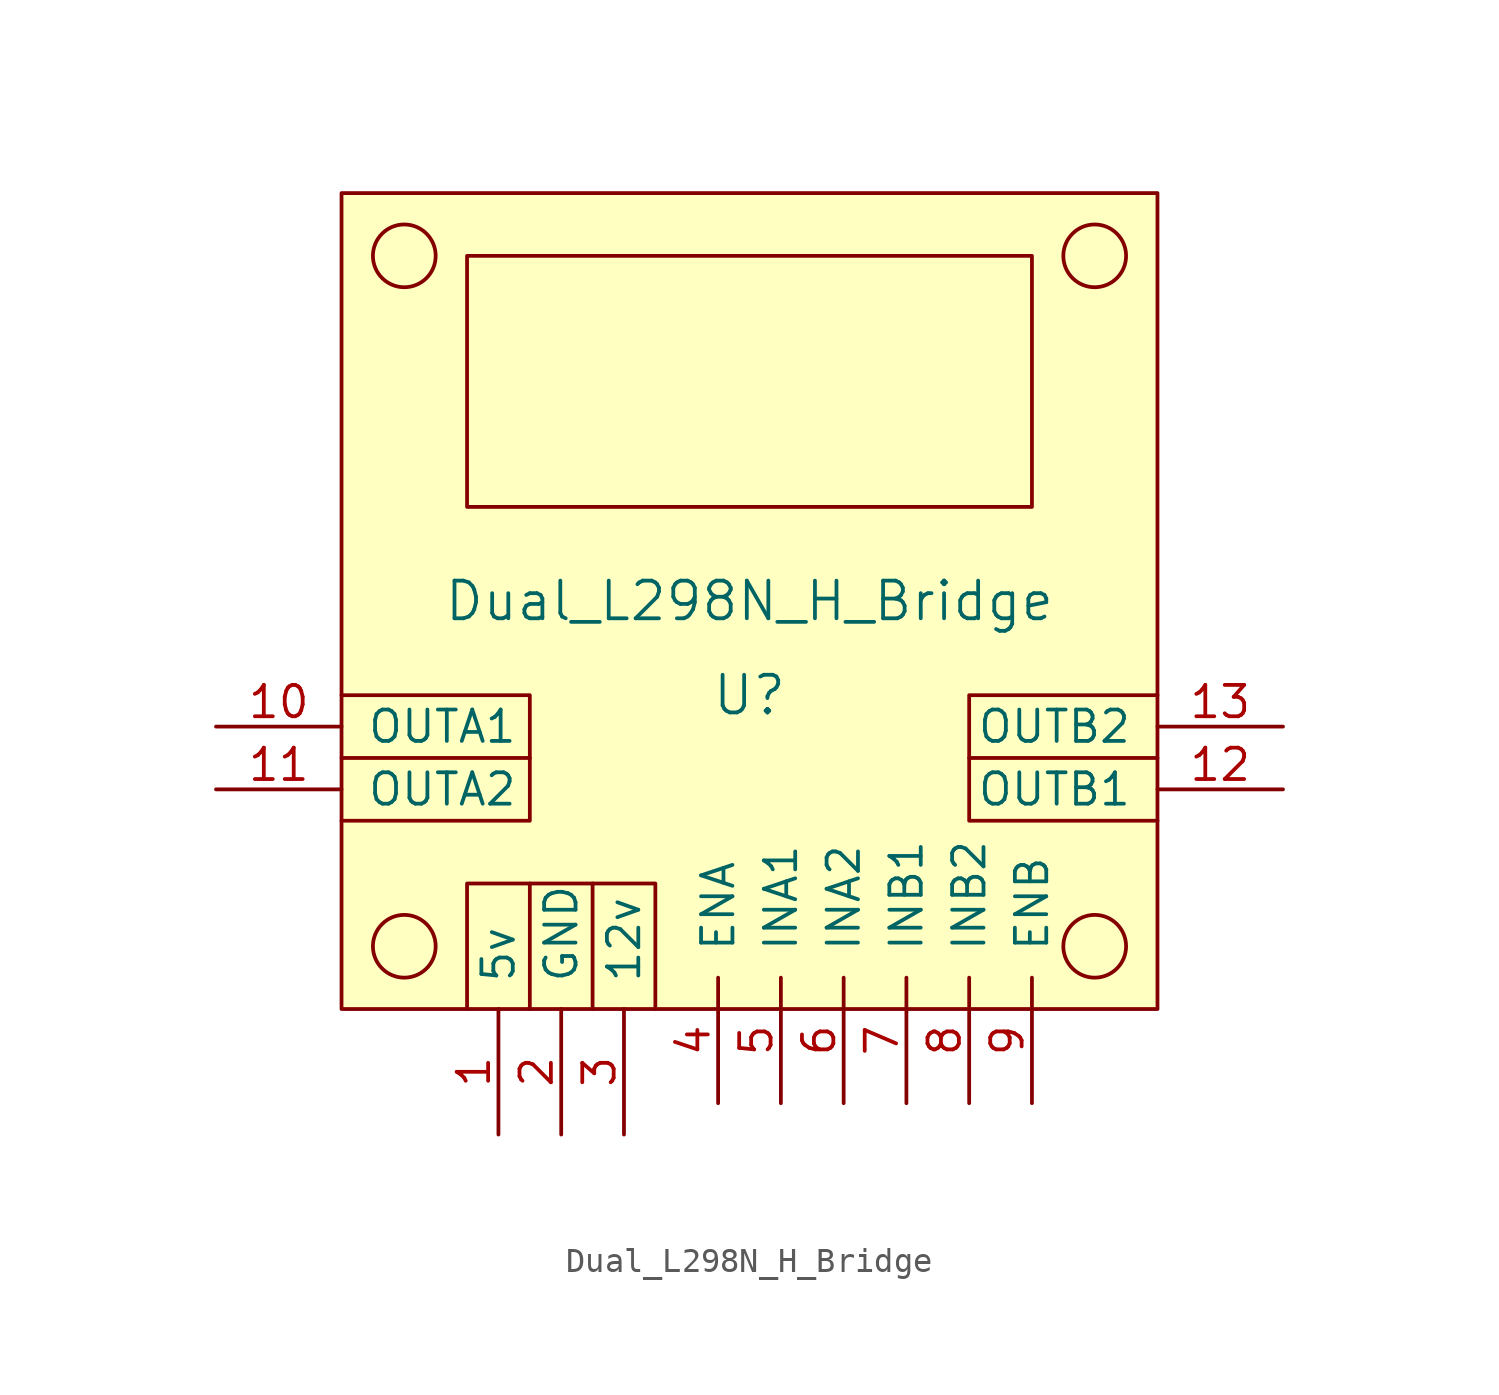
<source format=kicad_sym>
(kicad_symbol_lib
  (version 20211014)
  (generator kicad_symbol_editor)
  (symbol "Dual_L298N_H_Bridge"
    (pin_names
      (offset 1.016))
    (property "Reference" "U"
      (at -1.27 -2.54 0)
      (effects (font (size 1.524 1.524))))
    (property "Value" "Dual_L298N_H_Bridge"
      (at -1.27 1.27 0)
      (effects (font (size 1.524 1.524))))
    (symbol "Dual_L298N_H_Bridge_0_1"
      (rectangle (start -17.78 17.78) (end 15.24 -15.24) (stroke (width 0) (type default) (color 0 0 0 0)) (fill (type background)))
      (circle (center -15.24 -12.7) (radius 1.27) (stroke (width 0) (type default) (color 0 0 0 0)) (fill (type none)))
      (circle (center -15.24 15.24) (radius 1.27) (stroke (width 0) (type default) (color 0 0 0 0)) (fill (type none)))
      (rectangle (start -12.7 15.24) (end 10.16 5.08) (stroke (width 0) (type default) (color 0 0 0 0)) (fill (type none)))
      (polyline (pts (xy -17.78 -5.08) (xy -10.16 -5.08)) (stroke (width 0) (type default) (color 0 0 0 0)) (fill (type none)))
      (polyline (pts (xy -10.16 -15.24) (xy -10.16 -10.16)) (stroke (width 0) (type default) (color 0 0 0 0)) (fill (type none)))
      (polyline (pts (xy -7.62 -15.24) (xy -7.62 -10.16)) (stroke (width 0) (type default) (color 0 0 0 0)) (fill (type none)))
      (polyline (pts (xy 7.62 -5.08) (xy 15.24 -5.08)) (stroke (width 0) (type default) (color 0 0 0 0)) (fill (type none)))
      (polyline (pts (xy -12.7 -15.24) (xy -12.7 -10.16) (xy -5.08 -10.16) (xy -5.08 -15.24)) (stroke (width 0) (type default) (color 0 0 0 0)) (fill (type none)))
      (polyline (pts (xy 15.24 -7.62) (xy 7.62 -7.62) (xy 7.62 -2.54) (xy 15.24 -2.54)) (stroke (width 0) (type default) (color 0 0 0 0)) (fill (type none)))
      (polyline (pts (xy -17.78 -7.62) (xy -10.16 -7.62) (xy -10.16 -5.08) (xy -10.16 -2.54) (xy -17.78 -2.54)) (stroke (width 0) (type default) (color 0 0 0 0)) (fill (type none)))
      (circle (center 12.7 -12.7) (radius 1.27) (stroke (width 0) (type default) (color 0 0 0 0)) (fill (type none)))
      (circle (center 12.7 15.24) (radius 1.27) (stroke (width 0) (type default) (color 0 0 0 0)) (fill (type none))))
    (symbol "Dual_L298N_H_Bridge_1_1"
      (pin power_in line (at -11.43 -20.32 90) (length 5.08) (name "5v" (effects (font (size 1.27 1.27)))) (number "1" (effects (font (size 1.27 1.27)))))
      (pin power_out line (at -22.86 -3.81 0) (length 5.08) (name "OUTA1" (effects (font (size 1.27 1.27)))) (number "10" (effects (font (size 1.27 1.27)))))
      (pin power_out line (at -22.86 -6.35 0) (length 5.08) (name "OUTA2" (effects (font (size 1.27 1.27)))) (number "11" (effects (font (size 1.27 1.27)))))
      (pin power_out line (at 20.32 -6.35 180) (length 5.08) (name "OUTB1" (effects (font (size 1.27 1.27)))) (number "12" (effects (font (size 1.27 1.27)))))
      (pin power_out line (at 20.32 -3.81 180) (length 5.08) (name "OUTB2" (effects (font (size 1.27 1.27)))) (number "13" (effects (font (size 1.27 1.27)))))
      (pin power_in line (at -8.89 -20.32 90) (length 5.08) (name "GND" (effects (font (size 1.27 1.27)))) (number "2" (effects (font (size 1.27 1.27)))))
      (pin power_in line (at -6.35 -20.32 90) (length 5.08) (name "12v" (effects (font (size 1.27 1.27)))) (number "3" (effects (font (size 1.27 1.27)))))
      (pin input line (at -2.54 -19.05 90) (length 5.08) (name "ENA" (effects (font (size 1.27 1.27)))) (number "4" (effects (font (size 1.27 1.27)))))
      (pin input line (at 0 -19.05 90) (length 5.08) (name "INA1" (effects (font (size 1.27 1.27)))) (number "5" (effects (font (size 1.27 1.27)))))
      (pin input line (at 2.54 -19.05 90) (length 5.08) (name "INA2" (effects (font (size 1.27 1.27)))) (number "6" (effects (font (size 1.27 1.27)))))
      (pin input line (at 5.08 -19.05 90) (length 5.08) (name "INB1" (effects (font (size 1.27 1.27)))) (number "7" (effects (font (size 1.27 1.27)))))
      (pin input line (at 7.62 -19.05 90) (length 5.08) (name "INB2" (effects (font (size 1.27 1.27)))) (number "8" (effects (font (size 1.27 1.27)))))
      (pin input line (at 10.16 -19.05 90) (length 5.08) (name "ENB" (effects (font (size 1.27 1.27)))) (number "9" (effects (font (size 1.27 1.27))))))))
</source>
